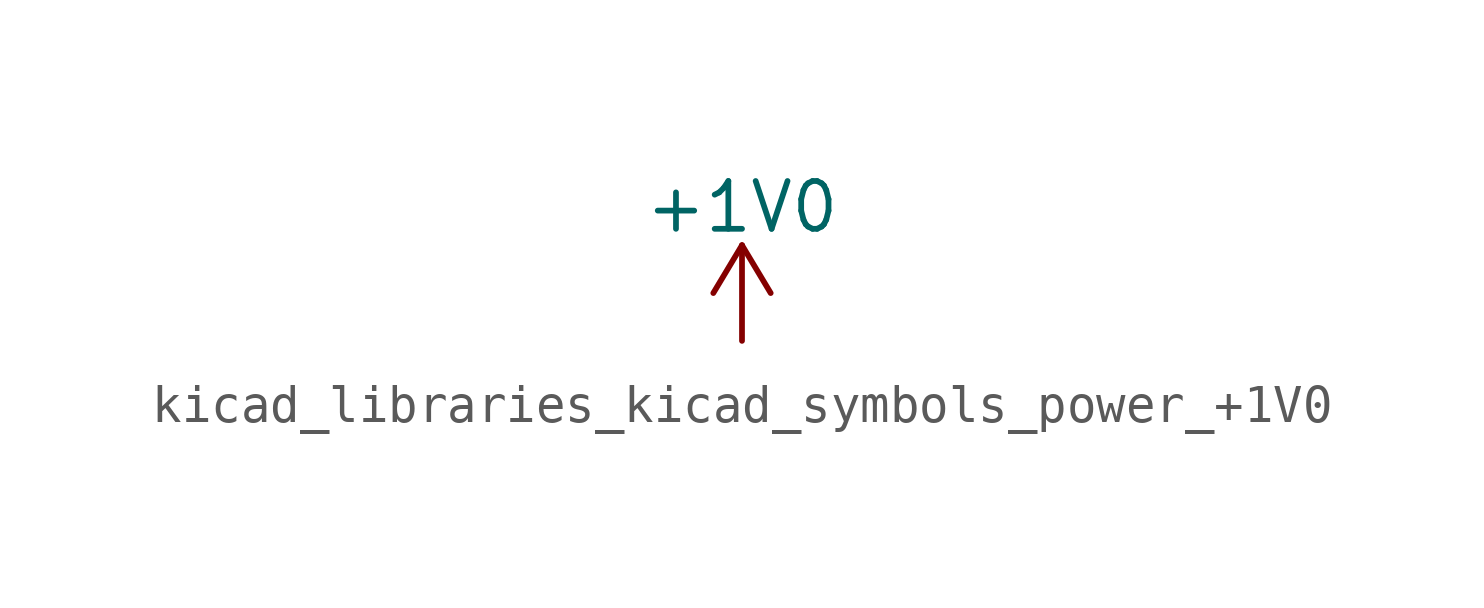
<source format=kicad_sym>
(kicad_symbol_lib
  (version 20220914)
  (generator kicad_symbol_editor)
  (symbol "kicad_libraries_kicad_symbols_power_+1V0"
    (power)
    (pin_names
      (offset 0))
    (property "Reference" "#PWR"
      (at 0 -3.81 0)
      (effects (font (size 1.27 1.27)) hide))
    (property "Value" "+1V0"
      (at 0 3.556 0)
      (effects (font (size 1.27 1.27))))
    (symbol "kicad_libraries_kicad_symbols_power_+1V0_0_1"
      (polyline (pts (xy -0.762 1.27) (xy 0 2.54)) (stroke (width 0) (type default)) (fill (type none)))
      (polyline (pts (xy 0 0) (xy 0 2.54)) (stroke (width 0) (type default)) (fill (type none)))
      (polyline (pts (xy 0 2.54) (xy 0.762 1.27)) (stroke (width 0) (type default)) (fill (type none))))
    (symbol "kicad_libraries_kicad_symbols_power_+1V0_1_1"
      (pin power_in line (at 0 0 90) (length 0) hide (name "+1V0" (effects (font (size 1.27 1.27)))) (number "1" (effects (font (size 1.27 1.27))))))))
</source>
